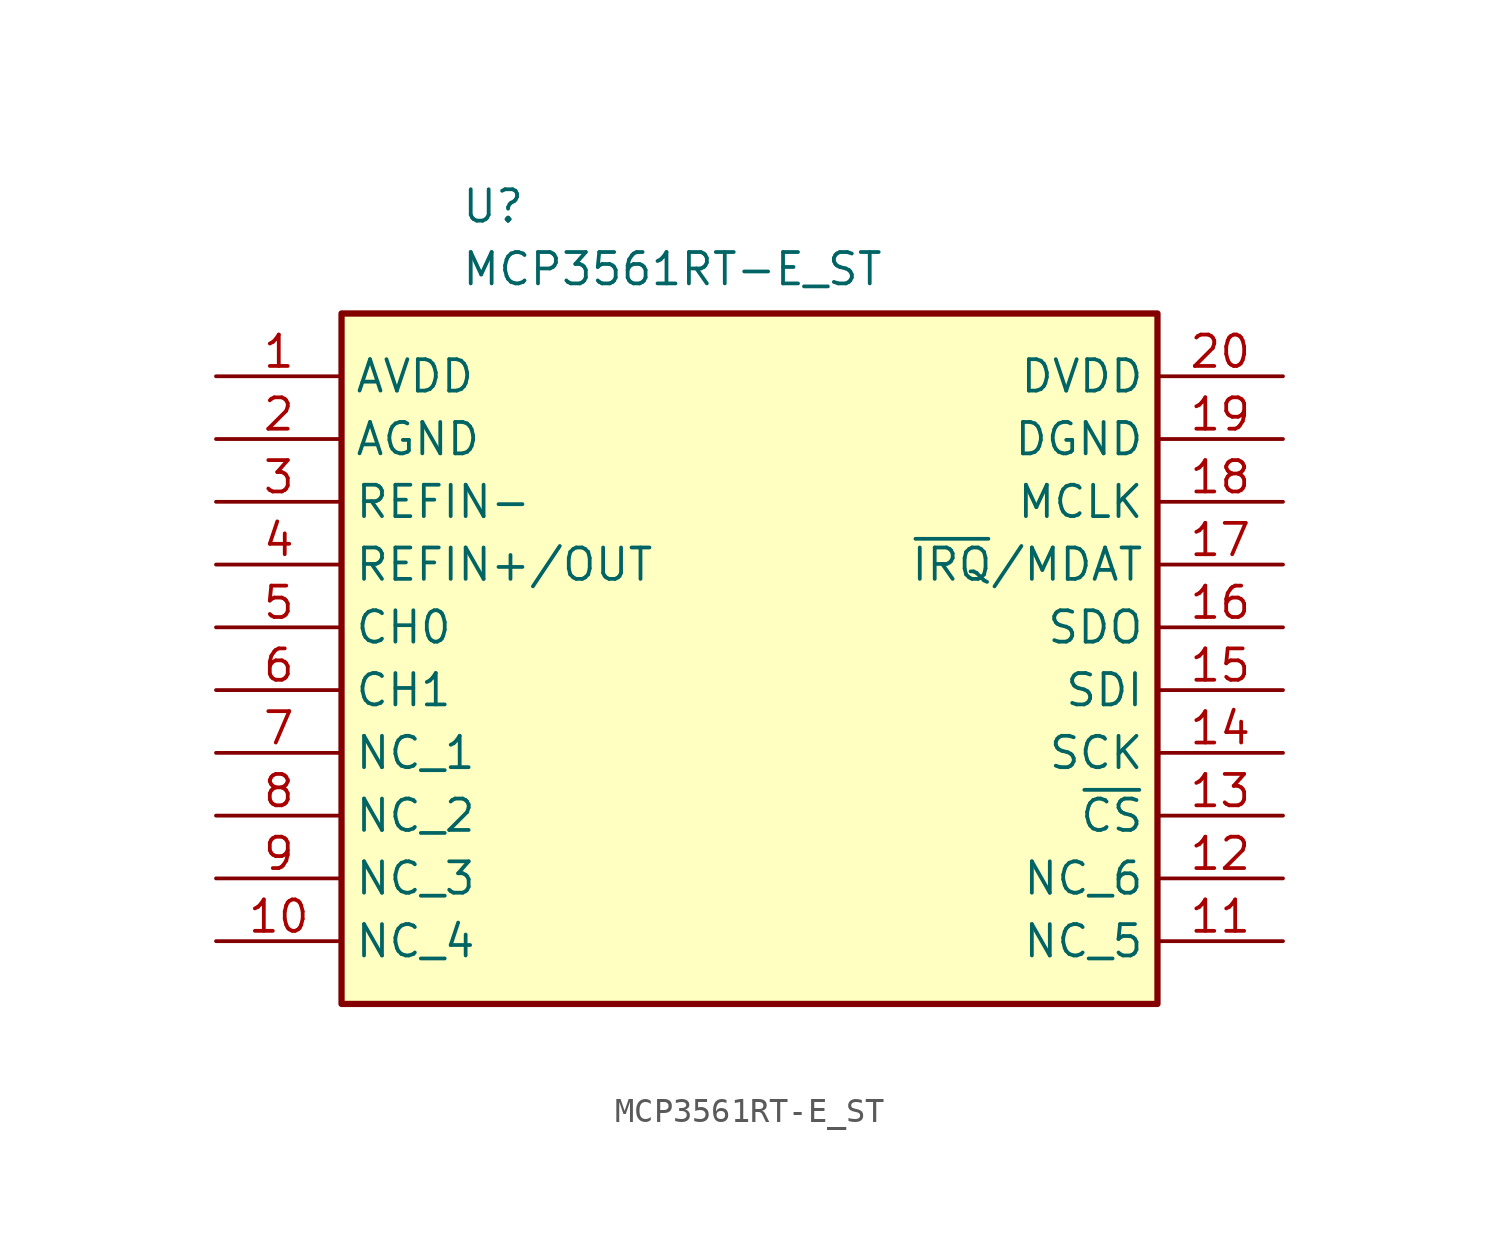
<source format=kicad_sym>
(kicad_symbol_lib
  (version 20231120)
  (generator "kicad_symbol_editor")
  (generator_version "8.0")
  (symbol "MCP3561RT-E_ST"
    (property "Reference" "U"
      (at 9.906 7.62 0)
      (effects (font (size 1.27 1.27)) (justify left top)))
    (property "Value" "MCP3561RT-E_ST"
      (at 9.906 5.08 0)
      (effects (font (size 1.27 1.27)) (justify left top)))
    (symbol "MCP3561RT-E_ST_1_1"
      (rectangle (start 5.08 2.54) (end 38.1 -25.4) (stroke (width 0.254) (type default)) (fill (type background)))
      (pin power_in line (at 0 0 0) (length 5.08) (name "AVDD" (effects (font (size 1.27 1.27)))) (number "1" (effects (font (size 1.27 1.27)))))
      (pin passive line (at 0 -22.86 0) (length 5.08) (name "NC_4" (effects (font (size 1.27 1.27)))) (number "10" (effects (font (size 1.27 1.27)))))
      (pin passive line (at 43.18 -22.86 180) (length 5.08) (name "NC_5" (effects (font (size 1.27 1.27)))) (number "11" (effects (font (size 1.27 1.27)))))
      (pin passive line (at 43.18 -20.32 180) (length 5.08) (name "NC_6" (effects (font (size 1.27 1.27)))) (number "12" (effects (font (size 1.27 1.27)))))
      (pin input line (at 43.18 -17.78 180) (length 5.08) (name "~{CS}" (effects (font (size 1.27 1.27)))) (number "13" (effects (font (size 1.27 1.27)))))
      (pin input line (at 43.18 -15.24 180) (length 5.08) (name "SCK" (effects (font (size 1.27 1.27)))) (number "14" (effects (font (size 1.27 1.27)))))
      (pin input line (at 43.18 -12.7 180) (length 5.08) (name "SDI" (effects (font (size 1.27 1.27)))) (number "15" (effects (font (size 1.27 1.27)))))
      (pin output line (at 43.18 -10.16 180) (length 5.08) (name "SDO" (effects (font (size 1.27 1.27)))) (number "16" (effects (font (size 1.27 1.27)))))
      (pin output line (at 43.18 -7.62 180) (length 5.08) (name "~{IRQ}/MDAT" (effects (font (size 1.27 1.27)))) (number "17" (effects (font (size 1.27 1.27)))))
      (pin passive line (at 43.18 -5.08 180) (length 5.08) (name "MCLK" (effects (font (size 1.27 1.27)))) (number "18" (effects (font (size 1.27 1.27)))))
      (pin power_in line (at 43.18 -2.54 180) (length 5.08) (name "DGND" (effects (font (size 1.27 1.27)))) (number "19" (effects (font (size 1.27 1.27)))))
      (pin power_in line (at 0 -2.54 0) (length 5.08) (name "AGND" (effects (font (size 1.27 1.27)))) (number "2" (effects (font (size 1.27 1.27)))))
      (pin power_in line (at 43.18 0 180) (length 5.08) (name "DVDD" (effects (font (size 1.27 1.27)))) (number "20" (effects (font (size 1.27 1.27)))))
      (pin input line (at 0 -5.08 0) (length 5.08) (name "REFIN-" (effects (font (size 1.27 1.27)))) (number "3" (effects (font (size 1.27 1.27)))))
      (pin passive line (at 0 -7.62 0) (length 5.08) (name "REFIN+/OUT" (effects (font (size 1.27 1.27)))) (number "4" (effects (font (size 1.27 1.27)))))
      (pin input line (at 0 -10.16 0) (length 5.08) (name "CH0" (effects (font (size 1.27 1.27)))) (number "5" (effects (font (size 1.27 1.27)))))
      (pin input line (at 0 -12.7 0) (length 5.08) (name "CH1" (effects (font (size 1.27 1.27)))) (number "6" (effects (font (size 1.27 1.27)))))
      (pin passive line (at 0 -15.24 0) (length 5.08) (name "NC_1" (effects (font (size 1.27 1.27)))) (number "7" (effects (font (size 1.27 1.27)))))
      (pin passive line (at 0 -17.78 0) (length 5.08) (name "NC_2" (effects (font (size 1.27 1.27)))) (number "8" (effects (font (size 1.27 1.27)))))
      (pin passive line (at 0 -20.32 0) (length 5.08) (name "NC_3" (effects (font (size 1.27 1.27)))) (number "9" (effects (font (size 1.27 1.27))))))))
</source>
